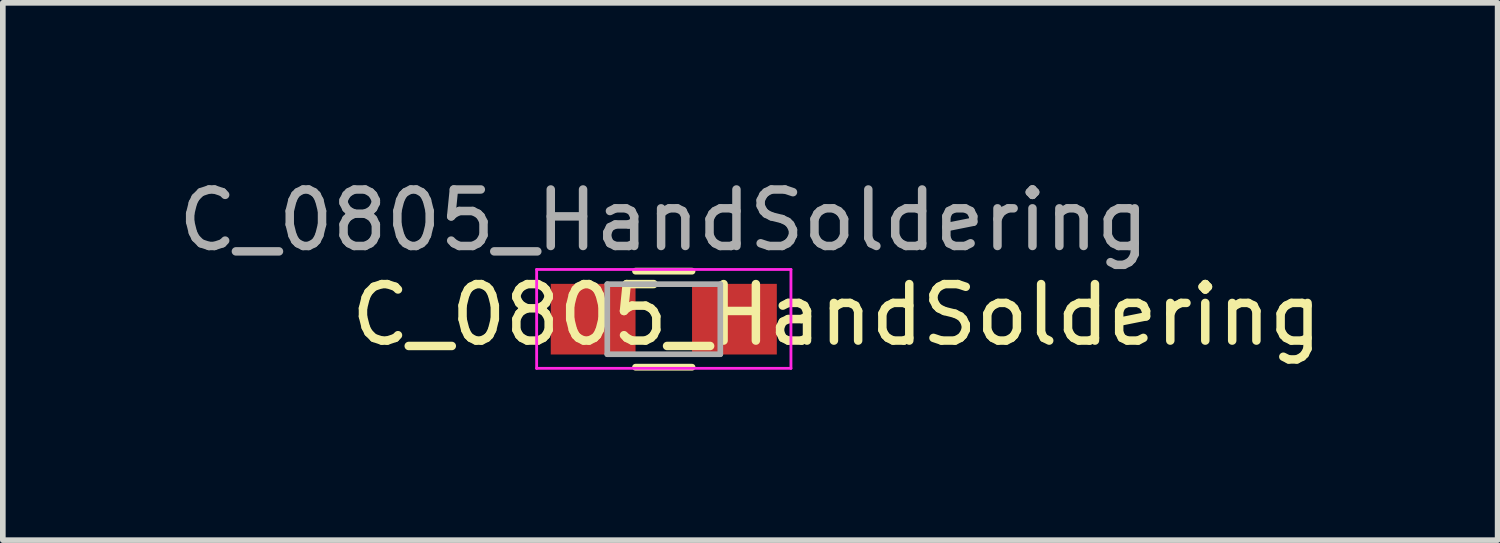
<source format=kicad_pcb>
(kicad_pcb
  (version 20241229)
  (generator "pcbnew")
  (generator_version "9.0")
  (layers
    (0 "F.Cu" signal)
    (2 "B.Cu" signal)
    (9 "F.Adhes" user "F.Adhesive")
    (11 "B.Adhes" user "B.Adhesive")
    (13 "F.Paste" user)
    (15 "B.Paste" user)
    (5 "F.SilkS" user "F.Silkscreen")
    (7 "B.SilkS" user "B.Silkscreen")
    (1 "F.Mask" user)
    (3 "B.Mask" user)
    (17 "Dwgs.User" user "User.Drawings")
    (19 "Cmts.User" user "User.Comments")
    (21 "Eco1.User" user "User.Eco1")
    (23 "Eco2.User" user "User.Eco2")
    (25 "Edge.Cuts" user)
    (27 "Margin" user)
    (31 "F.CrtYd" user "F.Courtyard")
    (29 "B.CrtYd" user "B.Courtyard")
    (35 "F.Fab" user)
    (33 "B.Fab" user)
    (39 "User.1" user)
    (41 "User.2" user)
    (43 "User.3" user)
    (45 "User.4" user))
  (footprint "C_0805_HandSoldering"
    (layer "F.Cu")
    (at 8.696 2.598)
    (property "Reference" "C_0805_HandSoldering" (at 3.058 -0.076 0) (layer "F.SilkS") (effects (font (size 1 1) (thickness 0.15))))
    (attr smd)
    (fp_line (start -0.5 0.85) (end 0.5 0.85) (stroke (width 0.12) (type solid)) (layer "F.SilkS"))
    (fp_line (start 0.5 -0.85) (end -0.5 -0.85) (stroke (width 0.12) (type solid)) (layer "F.SilkS"))
    (fp_line (start -2.25 -0.88) (end -2.25 0.87) (stroke (width 0.05) (type solid)) (layer "F.CrtYd"))
    (fp_line (start -2.25 -0.88) (end 2.25 -0.88) (stroke (width 0.05) (type solid)) (layer "F.CrtYd"))
    (fp_line (start 2.25 0.87) (end -2.25 0.87) (stroke (width 0.05) (type solid)) (layer "F.CrtYd"))
    (fp_line (start 2.25 0.87) (end 2.25 -0.88) (stroke (width 0.05) (type solid)) (layer "F.CrtYd"))
    (fp_line (start -1 -0.62) (end 1 -0.62) (stroke (width 0.1) (type solid)) (layer "F.Fab"))
    (fp_line (start -1 0.62) (end -1 -0.62) (stroke (width 0.1) (type solid)) (layer "F.Fab"))
    (fp_line (start 1 -0.62) (end 1 0.62) (stroke (width 0.1) (type solid)) (layer "F.Fab"))
    (fp_line (start 1 0.62) (end -1 0.62) (stroke (width 0.1) (type solid)) (layer "F.Fab"))
    (fp_text user "${REFERENCE}" (at 0 -1.75 0) (layer "F.Fab") (effects (font (size 1 1) (thickness 0.15))))
    (pad "1" smd rect (at -1.25 0) (size 1.5 1.25) (layers "F.Cu" "F.Mask" "F.Paste"))
    (pad "2" smd rect (at 1.25 0) (size 1.5 1.25) (layers "F.Cu" "F.Mask" "F.Paste")))
  (gr_rect
    (start -3 -3)
    (end 23.451 6.508)
    (stroke (width 0.1) (type default))
    (fill no)
    (layer "Edge.Cuts")))
</source>
